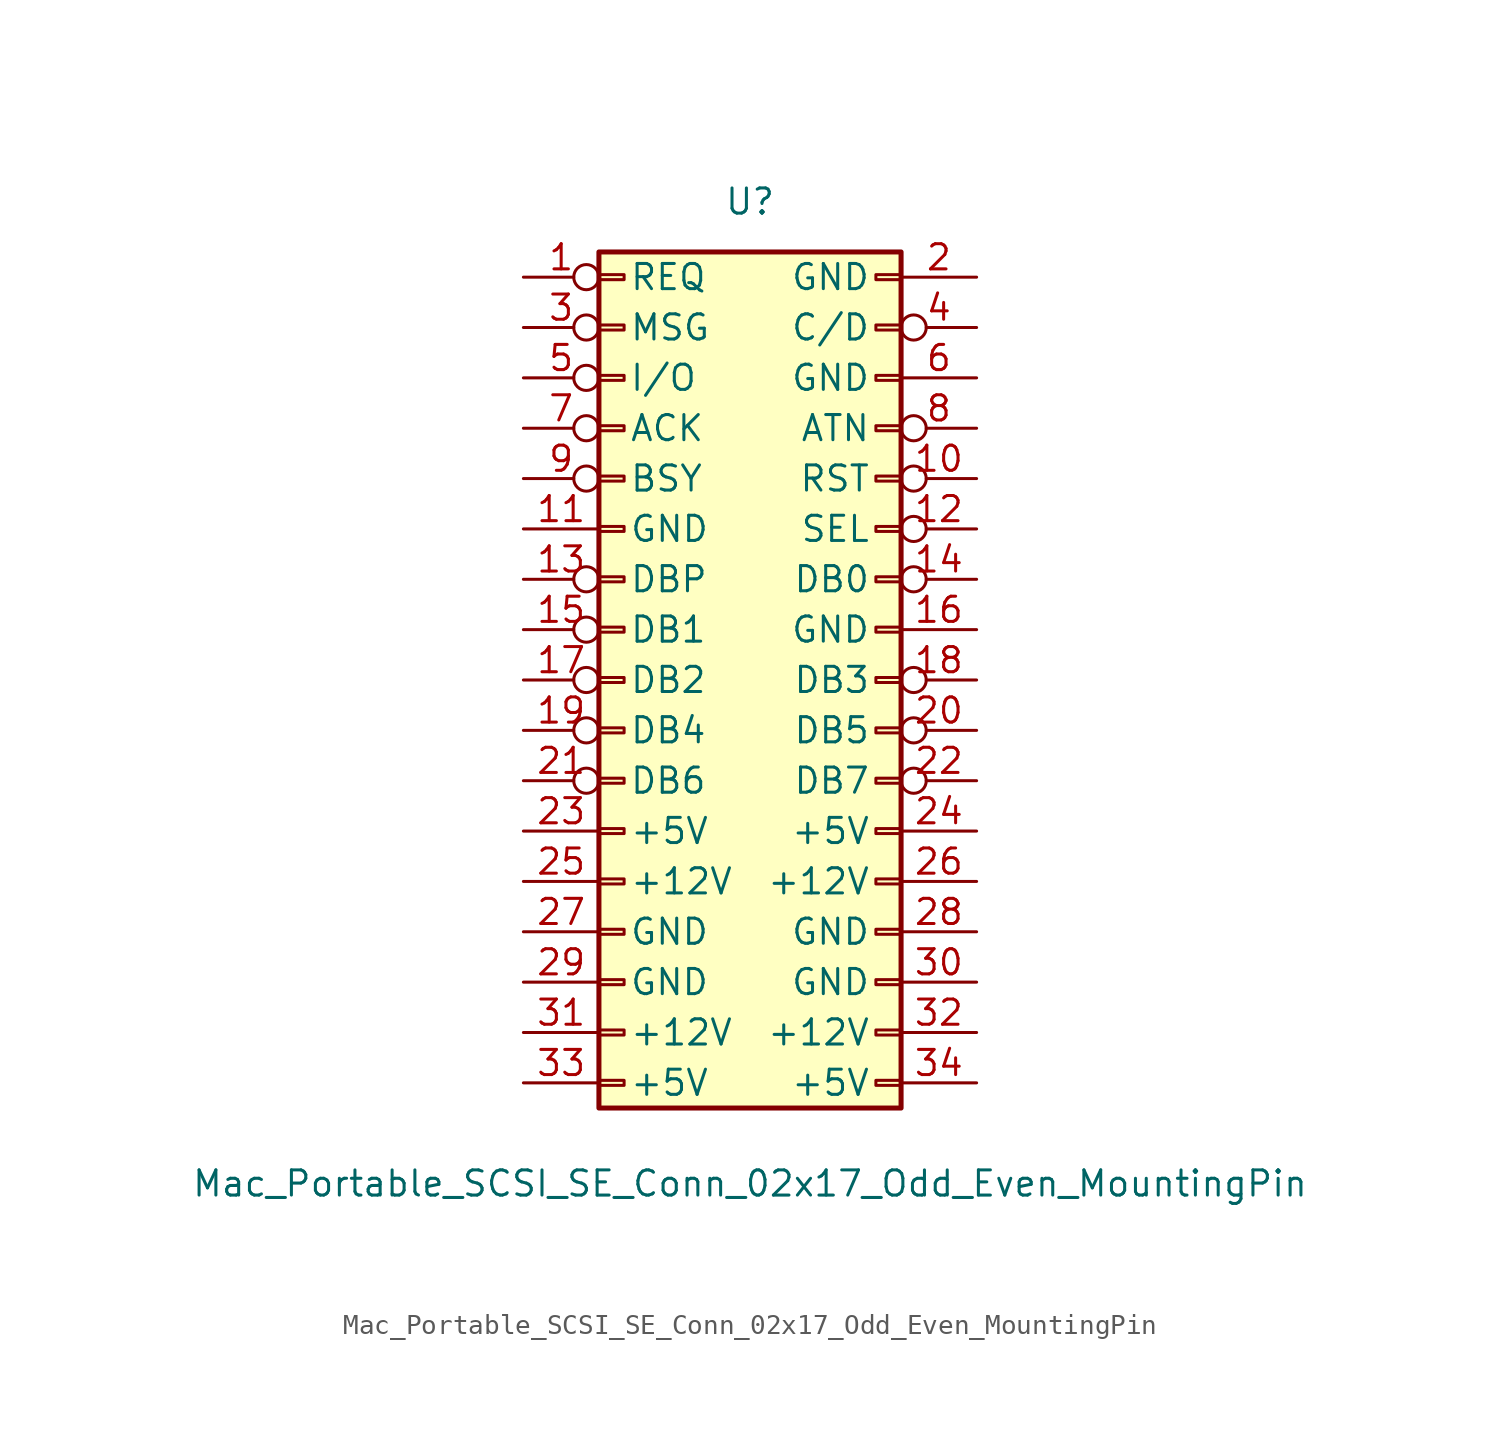
<source format=kicad_sym>
(kicad_symbol_lib
  (version 20211014)
  (generator kicad_symbol_editor)
  (symbol "Mac_Portable_SCSI_SE_Conn_02x17_Odd_Even_MountingPin"
    (pin_names
      (offset 1.524))
    (property "Reference" "U"
      (at 0 24.13 0)
      (effects (font (size 1.27 1.27))))
    (property "Value" "Mac_Portable_SCSI_SE_Conn_02x17_Odd_Even_MountingPin"
      (at 0 -25.4 0)
      (effects (font (size 1.27 1.27))))
    (symbol "Mac_Portable_SCSI_SE_Conn_02x17_Odd_Even_MountingPin_1_1"
      (rectangle (start -7.62 -20.193) (end -6.35 -20.447) (stroke (width 0.152) (type default) (color 0 0 0 0)) (fill (type none)))
      (rectangle (start -7.62 -17.653) (end -6.35 -17.907) (stroke (width 0.152) (type default) (color 0 0 0 0)) (fill (type none)))
      (rectangle (start -7.62 -15.113) (end -6.35 -15.367) (stroke (width 0.152) (type default) (color 0 0 0 0)) (fill (type none)))
      (rectangle (start -7.62 -12.573) (end -6.35 -12.827) (stroke (width 0.152) (type default) (color 0 0 0 0)) (fill (type none)))
      (rectangle (start -7.62 -10.033) (end -6.35 -10.287) (stroke (width 0.152) (type default) (color 0 0 0 0)) (fill (type none)))
      (rectangle (start -7.62 -7.493) (end -6.35 -7.747) (stroke (width 0.152) (type default) (color 0 0 0 0)) (fill (type none)))
      (rectangle (start -7.62 -4.953) (end -6.35 -5.207) (stroke (width 0.152) (type default) (color 0 0 0 0)) (fill (type none)))
      (rectangle (start -7.62 -2.413) (end -6.35 -2.667) (stroke (width 0.152) (type default) (color 0 0 0 0)) (fill (type none)))
      (rectangle (start -7.62 0.127) (end -6.35 -0.127) (stroke (width 0.152) (type default) (color 0 0 0 0)) (fill (type none)))
      (rectangle (start -7.62 2.667) (end -6.35 2.413) (stroke (width 0.152) (type default) (color 0 0 0 0)) (fill (type none)))
      (rectangle (start -7.62 5.207) (end -6.35 4.953) (stroke (width 0.152) (type default) (color 0 0 0 0)) (fill (type none)))
      (rectangle (start -7.62 7.747) (end -6.35 7.493) (stroke (width 0.152) (type default) (color 0 0 0 0)) (fill (type none)))
      (rectangle (start -7.62 10.287) (end -6.35 10.033) (stroke (width 0.152) (type default) (color 0 0 0 0)) (fill (type none)))
      (rectangle (start -7.62 12.827) (end -6.35 12.573) (stroke (width 0.152) (type default) (color 0 0 0 0)) (fill (type none)))
      (rectangle (start -7.62 15.367) (end -6.35 15.113) (stroke (width 0.152) (type default) (color 0 0 0 0)) (fill (type none)))
      (rectangle (start -7.62 17.907) (end -6.35 17.653) (stroke (width 0.152) (type default) (color 0 0 0 0)) (fill (type none)))
      (rectangle (start -7.62 20.447) (end -6.35 20.193) (stroke (width 0.152) (type default) (color 0 0 0 0)) (fill (type none)))
      (rectangle (start -7.62 21.59) (end 7.62 -21.59) (stroke (width 0.254) (type default) (color 0 0 0 0)) (fill (type background)))
      (rectangle (start 7.62 -20.193) (end 6.35 -20.447) (stroke (width 0.152) (type default) (color 0 0 0 0)) (fill (type none)))
      (rectangle (start 7.62 -17.653) (end 6.35 -17.907) (stroke (width 0.152) (type default) (color 0 0 0 0)) (fill (type none)))
      (rectangle (start 7.62 -15.113) (end 6.35 -15.367) (stroke (width 0.152) (type default) (color 0 0 0 0)) (fill (type none)))
      (rectangle (start 7.62 -12.573) (end 6.35 -12.827) (stroke (width 0.152) (type default) (color 0 0 0 0)) (fill (type none)))
      (rectangle (start 7.62 -10.033) (end 6.35 -10.287) (stroke (width 0.152) (type default) (color 0 0 0 0)) (fill (type none)))
      (rectangle (start 7.62 -7.493) (end 6.35 -7.747) (stroke (width 0.152) (type default) (color 0 0 0 0)) (fill (type none)))
      (rectangle (start 7.62 -4.953) (end 6.35 -5.207) (stroke (width 0.152) (type default) (color 0 0 0 0)) (fill (type none)))
      (rectangle (start 7.62 -2.413) (end 6.35 -2.667) (stroke (width 0.152) (type default) (color 0 0 0 0)) (fill (type none)))
      (rectangle (start 7.62 0.127) (end 6.35 -0.127) (stroke (width 0.152) (type default) (color 0 0 0 0)) (fill (type none)))
      (rectangle (start 7.62 2.667) (end 6.35 2.413) (stroke (width 0.152) (type default) (color 0 0 0 0)) (fill (type none)))
      (rectangle (start 7.62 5.207) (end 6.35 4.953) (stroke (width 0.152) (type default) (color 0 0 0 0)) (fill (type none)))
      (rectangle (start 7.62 7.747) (end 6.35 7.493) (stroke (width 0.152) (type default) (color 0 0 0 0)) (fill (type none)))
      (rectangle (start 7.62 10.287) (end 6.35 10.033) (stroke (width 0.152) (type default) (color 0 0 0 0)) (fill (type none)))
      (rectangle (start 7.62 12.827) (end 6.35 12.573) (stroke (width 0.152) (type default) (color 0 0 0 0)) (fill (type none)))
      (rectangle (start 7.62 15.367) (end 6.35 15.113) (stroke (width 0.152) (type default) (color 0 0 0 0)) (fill (type none)))
      (rectangle (start 7.62 17.907) (end 6.35 17.653) (stroke (width 0.152) (type default) (color 0 0 0 0)) (fill (type none)))
      (rectangle (start 7.62 20.447) (end 6.35 20.193) (stroke (width 0.152) (type default) (color 0 0 0 0)) (fill (type none)))
      (pin output inverted (at -11.43 20.32 0) (length 3.81) (name "REQ" (effects (font (size 1.27 1.27)))) (number "1" (effects (font (size 1.27 1.27)))))
      (pin input inverted (at 11.43 10.16 180) (length 3.81) (name "RST" (effects (font (size 1.27 1.27)))) (number "10" (effects (font (size 1.27 1.27)))))
      (pin power_in line (at -11.43 7.62 0) (length 3.81) (name "GND" (effects (font (size 1.27 1.27)))) (number "11" (effects (font (size 1.27 1.27)))))
      (pin input inverted (at 11.43 7.62 180) (length 3.81) (name "SEL" (effects (font (size 1.27 1.27)))) (number "12" (effects (font (size 1.27 1.27)))))
      (pin bidirectional inverted (at -11.43 5.08 0) (length 3.81) (name "DBP" (effects (font (size 1.27 1.27)))) (number "13" (effects (font (size 1.27 1.27)))))
      (pin bidirectional inverted (at 11.43 5.08 180) (length 3.81) (name "DB0" (effects (font (size 1.27 1.27)))) (number "14" (effects (font (size 1.27 1.27)))))
      (pin bidirectional inverted (at -11.43 2.54 0) (length 3.81) (name "DB1" (effects (font (size 1.27 1.27)))) (number "15" (effects (font (size 1.27 1.27)))))
      (pin power_in line (at 11.43 2.54 180) (length 3.81) (name "GND" (effects (font (size 1.27 1.27)))) (number "16" (effects (font (size 1.27 1.27)))))
      (pin bidirectional inverted (at -11.43 0 0) (length 3.81) (name "DB2" (effects (font (size 1.27 1.27)))) (number "17" (effects (font (size 1.27 1.27)))))
      (pin bidirectional inverted (at 11.43 0 180) (length 3.81) (name "DB3" (effects (font (size 1.27 1.27)))) (number "18" (effects (font (size 1.27 1.27)))))
      (pin bidirectional inverted (at -11.43 -2.54 0) (length 3.81) (name "DB4" (effects (font (size 1.27 1.27)))) (number "19" (effects (font (size 1.27 1.27)))))
      (pin power_in line (at 11.43 20.32 180) (length 3.81) (name "GND" (effects (font (size 1.27 1.27)))) (number "2" (effects (font (size 1.27 1.27)))))
      (pin bidirectional inverted (at 11.43 -2.54 180) (length 3.81) (name "DB5" (effects (font (size 1.27 1.27)))) (number "20" (effects (font (size 1.27 1.27)))))
      (pin bidirectional inverted (at -11.43 -5.08 0) (length 3.81) (name "DB6" (effects (font (size 1.27 1.27)))) (number "21" (effects (font (size 1.27 1.27)))))
      (pin bidirectional inverted (at 11.43 -5.08 180) (length 3.81) (name "DB7" (effects (font (size 1.27 1.27)))) (number "22" (effects (font (size 1.27 1.27)))))
      (pin power_in line (at -11.43 -7.62 0) (length 3.81) (name "+5V" (effects (font (size 1.27 1.27)))) (number "23" (effects (font (size 1.27 1.27)))))
      (pin power_in line (at 11.43 -7.62 180) (length 3.81) (name "+5V" (effects (font (size 1.27 1.27)))) (number "24" (effects (font (size 1.27 1.27)))))
      (pin power_in line (at -11.43 -10.16 0) (length 3.81) (name "+12V" (effects (font (size 1.27 1.27)))) (number "25" (effects (font (size 1.27 1.27)))))
      (pin power_in line (at 11.43 -10.16 180) (length 3.81) (name "+12V" (effects (font (size 1.27 1.27)))) (number "26" (effects (font (size 1.27 1.27)))))
      (pin power_in line (at -11.43 -12.7 0) (length 3.81) (name "GND" (effects (font (size 1.27 1.27)))) (number "27" (effects (font (size 1.27 1.27)))))
      (pin power_in line (at 11.43 -12.7 180) (length 3.81) (name "GND" (effects (font (size 1.27 1.27)))) (number "28" (effects (font (size 1.27 1.27)))))
      (pin power_in line (at -11.43 -15.24 0) (length 3.81) (name "GND" (effects (font (size 1.27 1.27)))) (number "29" (effects (font (size 1.27 1.27)))))
      (pin output inverted (at -11.43 17.78 0) (length 3.81) (name "MSG" (effects (font (size 1.27 1.27)))) (number "3" (effects (font (size 1.27 1.27)))))
      (pin power_in line (at 11.43 -15.24 180) (length 3.81) (name "GND" (effects (font (size 1.27 1.27)))) (number "30" (effects (font (size 1.27 1.27)))))
      (pin power_in line (at -11.43 -17.78 0) (length 3.81) (name "+12V" (effects (font (size 1.27 1.27)))) (number "31" (effects (font (size 1.27 1.27)))))
      (pin power_in line (at 11.43 -17.78 180) (length 3.81) (name "+12V" (effects (font (size 1.27 1.27)))) (number "32" (effects (font (size 1.27 1.27)))))
      (pin power_in line (at -11.43 -20.32 0) (length 3.81) (name "+5V" (effects (font (size 1.27 1.27)))) (number "33" (effects (font (size 1.27 1.27)))))
      (pin power_in line (at 11.43 -20.32 180) (length 3.81) (name "+5V" (effects (font (size 1.27 1.27)))) (number "34" (effects (font (size 1.27 1.27)))))
      (pin output inverted (at 11.43 17.78 180) (length 3.81) (name "C/D" (effects (font (size 1.27 1.27)))) (number "4" (effects (font (size 1.27 1.27)))))
      (pin output inverted (at -11.43 15.24 0) (length 3.81) (name "I/O" (effects (font (size 1.27 1.27)))) (number "5" (effects (font (size 1.27 1.27)))))
      (pin power_in line (at 11.43 15.24 180) (length 3.81) (name "GND" (effects (font (size 1.27 1.27)))) (number "6" (effects (font (size 1.27 1.27)))))
      (pin input inverted (at -11.43 12.7 0) (length 3.81) (name "ACK" (effects (font (size 1.27 1.27)))) (number "7" (effects (font (size 1.27 1.27)))))
      (pin input inverted (at 11.43 12.7 180) (length 3.81) (name "ATN" (effects (font (size 1.27 1.27)))) (number "8" (effects (font (size 1.27 1.27)))))
      (pin output inverted (at -11.43 10.16 0) (length 3.81) (name "BSY" (effects (font (size 1.27 1.27)))) (number "9" (effects (font (size 1.27 1.27))))))))
</source>
